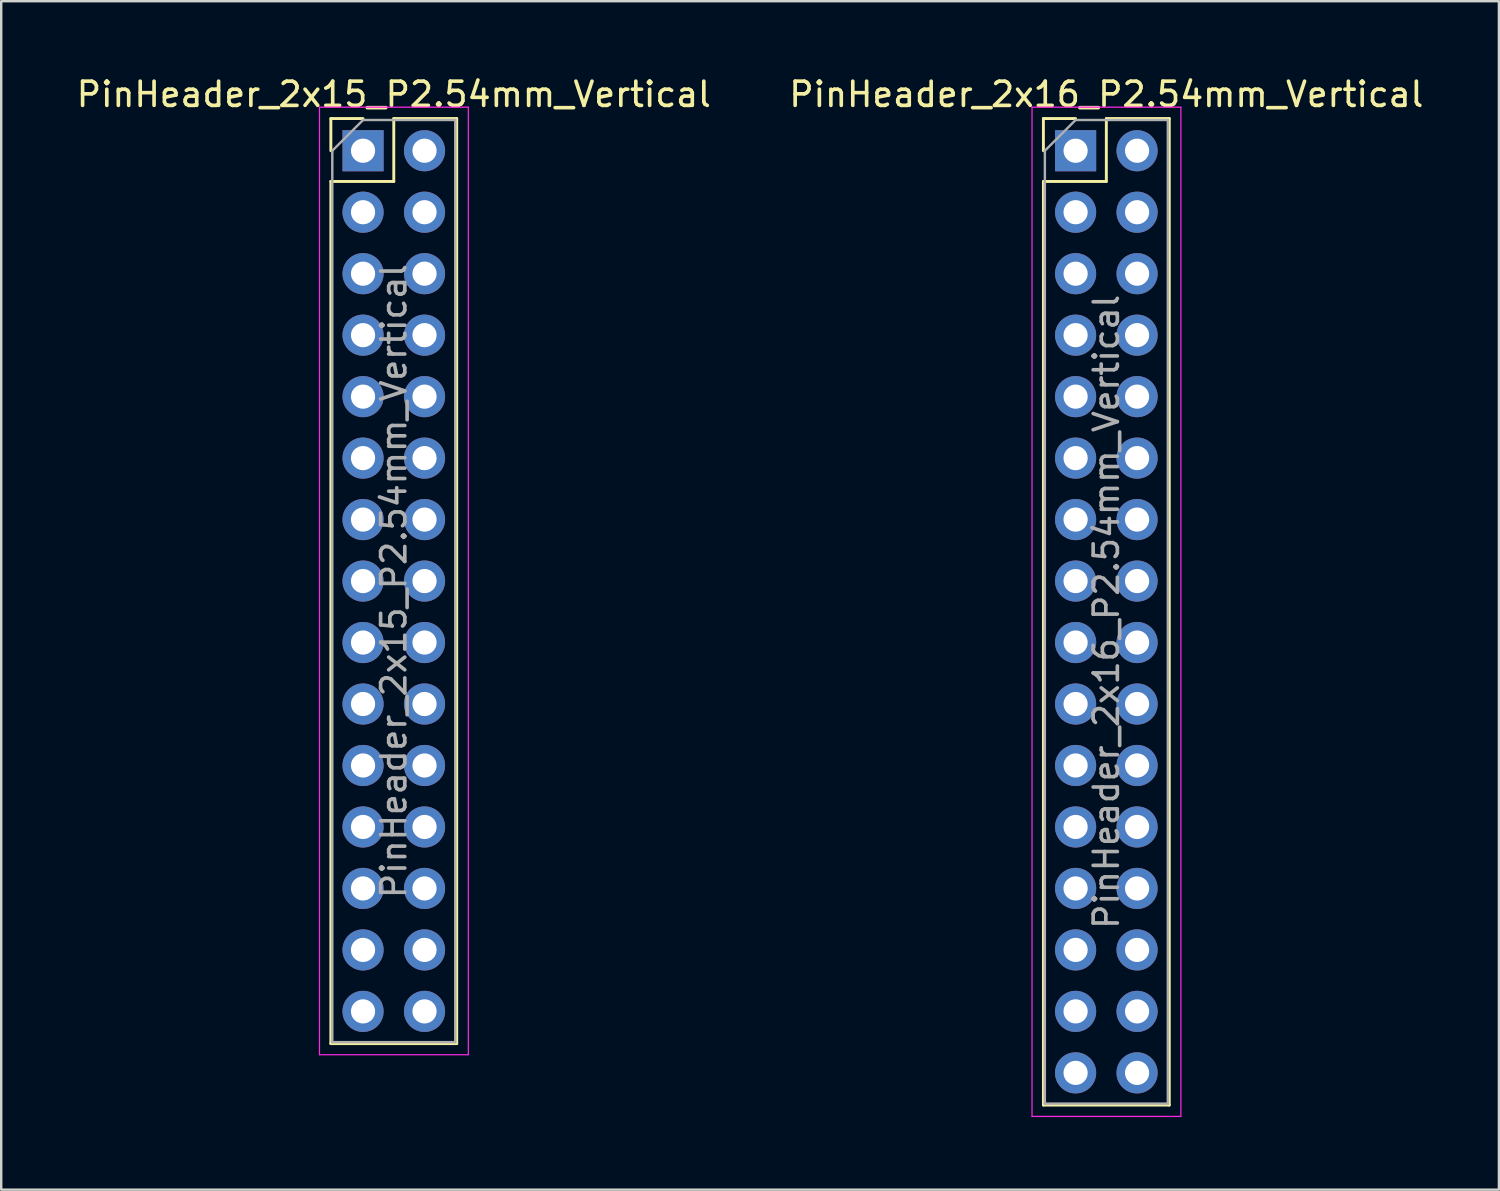
<source format=kicad_pcb>
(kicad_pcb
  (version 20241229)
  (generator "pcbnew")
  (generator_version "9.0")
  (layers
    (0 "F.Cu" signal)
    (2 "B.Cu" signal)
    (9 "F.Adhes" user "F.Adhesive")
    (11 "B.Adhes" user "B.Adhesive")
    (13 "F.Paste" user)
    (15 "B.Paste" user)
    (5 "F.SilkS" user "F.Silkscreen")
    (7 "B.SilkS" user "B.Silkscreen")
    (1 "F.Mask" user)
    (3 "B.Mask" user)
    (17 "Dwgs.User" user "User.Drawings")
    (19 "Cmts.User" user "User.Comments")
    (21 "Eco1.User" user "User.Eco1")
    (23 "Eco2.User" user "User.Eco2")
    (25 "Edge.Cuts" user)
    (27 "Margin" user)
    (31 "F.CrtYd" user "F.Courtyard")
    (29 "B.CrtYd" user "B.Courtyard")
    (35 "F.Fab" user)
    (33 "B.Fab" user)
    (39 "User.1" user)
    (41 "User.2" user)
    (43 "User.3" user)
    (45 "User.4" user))
  (footprint "PinHeader_2x16_P2.54mm_Vertical"
    (layer "F.Cu")
    (at 41.391 3.178)
    (property "Reference" "PinHeader_2x16_P2.54mm_Vertical" (at 1.27 -2.33 0) (layer "F.SilkS") (effects (font (size 1 1) (thickness 0.15))))
    (attr through_hole)
    (fp_line (start -1.33 -1.33) (end 0 -1.33) (stroke (width 0.12) (type solid)) (layer "F.SilkS"))
    (fp_line (start -1.33 0) (end -1.33 -1.33) (stroke (width 0.12) (type solid)) (layer "F.SilkS"))
    (fp_line (start -1.33 1.27) (end -1.33 39.43) (stroke (width 0.12) (type solid)) (layer "F.SilkS"))
    (fp_line (start -1.33 1.27) (end 1.27 1.27) (stroke (width 0.12) (type solid)) (layer "F.SilkS"))
    (fp_line (start -1.33 39.43) (end 3.87 39.43) (stroke (width 0.12) (type solid)) (layer "F.SilkS"))
    (fp_line (start 1.27 -1.33) (end 3.87 -1.33) (stroke (width 0.12) (type solid)) (layer "F.SilkS"))
    (fp_line (start 1.27 1.27) (end 1.27 -1.33) (stroke (width 0.12) (type solid)) (layer "F.SilkS"))
    (fp_line (start 3.87 -1.33) (end 3.87 39.43) (stroke (width 0.12) (type solid)) (layer "F.SilkS"))
    (fp_line (start -1.8 -1.8) (end -1.8 39.9) (stroke (width 0.05) (type solid)) (layer "F.CrtYd"))
    (fp_line (start -1.8 39.9) (end 4.35 39.9) (stroke (width 0.05) (type solid)) (layer "F.CrtYd"))
    (fp_line (start 4.35 -1.8) (end -1.8 -1.8) (stroke (width 0.05) (type solid)) (layer "F.CrtYd"))
    (fp_line (start 4.35 39.9) (end 4.35 -1.8) (stroke (width 0.05) (type solid)) (layer "F.CrtYd"))
    (fp_line (start -1.27 0) (end 0 -1.27) (stroke (width 0.1) (type solid)) (layer "F.Fab"))
    (fp_line (start -1.27 39.37) (end -1.27 0) (stroke (width 0.1) (type solid)) (layer "F.Fab"))
    (fp_line (start 0 -1.27) (end 3.81 -1.27) (stroke (width 0.1) (type solid)) (layer "F.Fab"))
    (fp_line (start 3.81 -1.27) (end 3.81 39.37) (stroke (width 0.1) (type solid)) (layer "F.Fab"))
    (fp_line (start 3.81 39.37) (end -1.27 39.37) (stroke (width 0.1) (type solid)) (layer "F.Fab"))
    (fp_text user "${REFERENCE}" (at 1.27 19.05 90) (layer "F.Fab") (effects (font (size 1 1) (thickness 0.15))))
    (pad "1" thru_hole rect (at 0 0) (size 1.7 1.7) (drill 1) (layers "*.Cu" "*.Mask"))
    (pad "2" thru_hole oval (at 2.54 0) (size 1.7 1.7) (drill 1) (layers "*.Cu" "*.Mask"))
    (pad "3" thru_hole oval (at 0 2.54) (size 1.7 1.7) (drill 1) (layers "*.Cu" "*.Mask"))
    (pad "4" thru_hole oval (at 2.54 2.54) (size 1.7 1.7) (drill 1) (layers "*.Cu" "*.Mask"))
    (pad "5" thru_hole oval (at 0 5.08) (size 1.7 1.7) (drill 1) (layers "*.Cu" "*.Mask"))
    (pad "6" thru_hole oval (at 2.54 5.08) (size 1.7 1.7) (drill 1) (layers "*.Cu" "*.Mask"))
    (pad "7" thru_hole oval (at 0 7.62) (size 1.7 1.7) (drill 1) (layers "*.Cu" "*.Mask"))
    (pad "8" thru_hole oval (at 2.54 7.62) (size 1.7 1.7) (drill 1) (layers "*.Cu" "*.Mask"))
    (pad "9" thru_hole oval (at 0 10.16) (size 1.7 1.7) (drill 1) (layers "*.Cu" "*.Mask"))
    (pad "10" thru_hole oval (at 2.54 10.16) (size 1.7 1.7) (drill 1) (layers "*.Cu" "*.Mask"))
    (pad "11" thru_hole oval (at 0 12.7) (size 1.7 1.7) (drill 1) (layers "*.Cu" "*.Mask"))
    (pad "12" thru_hole oval (at 2.54 12.7) (size 1.7 1.7) (drill 1) (layers "*.Cu" "*.Mask"))
    (pad "13" thru_hole oval (at 0 15.24) (size 1.7 1.7) (drill 1) (layers "*.Cu" "*.Mask"))
    (pad "14" thru_hole oval (at 2.54 15.24) (size 1.7 1.7) (drill 1) (layers "*.Cu" "*.Mask"))
    (pad "15" thru_hole oval (at 0 17.78) (size 1.7 1.7) (drill 1) (layers "*.Cu" "*.Mask"))
    (pad "16" thru_hole oval (at 2.54 17.78) (size 1.7 1.7) (drill 1) (layers "*.Cu" "*.Mask"))
    (pad "17" thru_hole oval (at 0 20.32) (size 1.7 1.7) (drill 1) (layers "*.Cu" "*.Mask"))
    (pad "18" thru_hole oval (at 2.54 20.32) (size 1.7 1.7) (drill 1) (layers "*.Cu" "*.Mask"))
    (pad "19" thru_hole oval (at 0 22.86) (size 1.7 1.7) (drill 1) (layers "*.Cu" "*.Mask"))
    (pad "20" thru_hole oval (at 2.54 22.86) (size 1.7 1.7) (drill 1) (layers "*.Cu" "*.Mask"))
    (pad "21" thru_hole oval (at 0 25.4) (size 1.7 1.7) (drill 1) (layers "*.Cu" "*.Mask"))
    (pad "22" thru_hole oval (at 2.54 25.4) (size 1.7 1.7) (drill 1) (layers "*.Cu" "*.Mask"))
    (pad "23" thru_hole oval (at 0 27.94) (size 1.7 1.7) (drill 1) (layers "*.Cu" "*.Mask"))
    (pad "24" thru_hole oval (at 2.54 27.94) (size 1.7 1.7) (drill 1) (layers "*.Cu" "*.Mask"))
    (pad "25" thru_hole oval (at 0 30.48) (size 1.7 1.7) (drill 1) (layers "*.Cu" "*.Mask"))
    (pad "26" thru_hole oval (at 2.54 30.48) (size 1.7 1.7) (drill 1) (layers "*.Cu" "*.Mask"))
    (pad "27" thru_hole oval (at 0 33.02) (size 1.7 1.7) (drill 1) (layers "*.Cu" "*.Mask"))
    (pad "28" thru_hole oval (at 2.54 33.02) (size 1.7 1.7) (drill 1) (layers "*.Cu" "*.Mask"))
    (pad "29" thru_hole oval (at 0 35.56) (size 1.7 1.7) (drill 1) (layers "*.Cu" "*.Mask"))
    (pad "30" thru_hole oval (at 2.54 35.56) (size 1.7 1.7) (drill 1) (layers "*.Cu" "*.Mask"))
    (pad "31" thru_hole oval (at 0 38.1) (size 1.7 1.7) (drill 1) (layers "*.Cu" "*.Mask"))
    (pad "32" thru_hole oval (at 2.54 38.1) (size 1.7 1.7) (drill 1) (layers "*.Cu" "*.Mask")))
  (footprint "PinHeader_2x15_P2.54mm_Vertical"
    (layer "F.Cu")
    (at 11.95 3.178)
    (property "Reference" "PinHeader_2x15_P2.54mm_Vertical" (at 1.27 -2.33 0) (layer "F.SilkS") (effects (font (size 1 1) (thickness 0.15))))
    (attr through_hole)
    (fp_line (start -1.33 -1.33) (end 0 -1.33) (stroke (width 0.12) (type solid)) (layer "F.SilkS"))
    (fp_line (start -1.33 0) (end -1.33 -1.33) (stroke (width 0.12) (type solid)) (layer "F.SilkS"))
    (fp_line (start -1.33 1.27) (end -1.33 36.89) (stroke (width 0.12) (type solid)) (layer "F.SilkS"))
    (fp_line (start -1.33 1.27) (end 1.27 1.27) (stroke (width 0.12) (type solid)) (layer "F.SilkS"))
    (fp_line (start -1.33 36.89) (end 3.87 36.89) (stroke (width 0.12) (type solid)) (layer "F.SilkS"))
    (fp_line (start 1.27 -1.33) (end 3.87 -1.33) (stroke (width 0.12) (type solid)) (layer "F.SilkS"))
    (fp_line (start 1.27 1.27) (end 1.27 -1.33) (stroke (width 0.12) (type solid)) (layer "F.SilkS"))
    (fp_line (start 3.87 -1.33) (end 3.87 36.89) (stroke (width 0.12) (type solid)) (layer "F.SilkS"))
    (fp_line (start -1.8 -1.8) (end -1.8 37.35) (stroke (width 0.05) (type solid)) (layer "F.CrtYd"))
    (fp_line (start -1.8 37.35) (end 4.35 37.35) (stroke (width 0.05) (type solid)) (layer "F.CrtYd"))
    (fp_line (start 4.35 -1.8) (end -1.8 -1.8) (stroke (width 0.05) (type solid)) (layer "F.CrtYd"))
    (fp_line (start 4.35 37.35) (end 4.35 -1.8) (stroke (width 0.05) (type solid)) (layer "F.CrtYd"))
    (fp_line (start -1.27 0) (end 0 -1.27) (stroke (width 0.1) (type solid)) (layer "F.Fab"))
    (fp_line (start -1.27 36.83) (end -1.27 0) (stroke (width 0.1) (type solid)) (layer "F.Fab"))
    (fp_line (start 0 -1.27) (end 3.81 -1.27) (stroke (width 0.1) (type solid)) (layer "F.Fab"))
    (fp_line (start 3.81 -1.27) (end 3.81 36.83) (stroke (width 0.1) (type solid)) (layer "F.Fab"))
    (fp_line (start 3.81 36.83) (end -1.27 36.83) (stroke (width 0.1) (type solid)) (layer "F.Fab"))
    (fp_text user "${REFERENCE}" (at 1.27 17.78 90) (layer "F.Fab") (effects (font (size 1 1) (thickness 0.15))))
    (pad "1" thru_hole rect (at 0 0) (size 1.7 1.7) (drill 1) (layers "*.Cu" "*.Mask"))
    (pad "2" thru_hole oval (at 2.54 0) (size 1.7 1.7) (drill 1) (layers "*.Cu" "*.Mask"))
    (pad "3" thru_hole oval (at 0 2.54) (size 1.7 1.7) (drill 1) (layers "*.Cu" "*.Mask"))
    (pad "4" thru_hole oval (at 2.54 2.54) (size 1.7 1.7) (drill 1) (layers "*.Cu" "*.Mask"))
    (pad "5" thru_hole oval (at 0 5.08) (size 1.7 1.7) (drill 1) (layers "*.Cu" "*.Mask"))
    (pad "6" thru_hole oval (at 2.54 5.08) (size 1.7 1.7) (drill 1) (layers "*.Cu" "*.Mask"))
    (pad "7" thru_hole oval (at 0 7.62) (size 1.7 1.7) (drill 1) (layers "*.Cu" "*.Mask"))
    (pad "8" thru_hole oval (at 2.54 7.62) (size 1.7 1.7) (drill 1) (layers "*.Cu" "*.Mask"))
    (pad "9" thru_hole oval (at 0 10.16) (size 1.7 1.7) (drill 1) (layers "*.Cu" "*.Mask"))
    (pad "10" thru_hole oval (at 2.54 10.16) (size 1.7 1.7) (drill 1) (layers "*.Cu" "*.Mask"))
    (pad "11" thru_hole oval (at 0 12.7) (size 1.7 1.7) (drill 1) (layers "*.Cu" "*.Mask"))
    (pad "12" thru_hole oval (at 2.54 12.7) (size 1.7 1.7) (drill 1) (layers "*.Cu" "*.Mask"))
    (pad "13" thru_hole oval (at 0 15.24) (size 1.7 1.7) (drill 1) (layers "*.Cu" "*.Mask"))
    (pad "14" thru_hole oval (at 2.54 15.24) (size 1.7 1.7) (drill 1) (layers "*.Cu" "*.Mask"))
    (pad "15" thru_hole oval (at 0 17.78) (size 1.7 1.7) (drill 1) (layers "*.Cu" "*.Mask"))
    (pad "16" thru_hole oval (at 2.54 17.78) (size 1.7 1.7) (drill 1) (layers "*.Cu" "*.Mask"))
    (pad "17" thru_hole oval (at 0 20.32) (size 1.7 1.7) (drill 1) (layers "*.Cu" "*.Mask"))
    (pad "18" thru_hole oval (at 2.54 20.32) (size 1.7 1.7) (drill 1) (layers "*.Cu" "*.Mask"))
    (pad "19" thru_hole oval (at 0 22.86) (size 1.7 1.7) (drill 1) (layers "*.Cu" "*.Mask"))
    (pad "20" thru_hole oval (at 2.54 22.86) (size 1.7 1.7) (drill 1) (layers "*.Cu" "*.Mask"))
    (pad "21" thru_hole oval (at 0 25.4) (size 1.7 1.7) (drill 1) (layers "*.Cu" "*.Mask"))
    (pad "22" thru_hole oval (at 2.54 25.4) (size 1.7 1.7) (drill 1) (layers "*.Cu" "*.Mask"))
    (pad "23" thru_hole oval (at 0 27.94) (size 1.7 1.7) (drill 1) (layers "*.Cu" "*.Mask"))
    (pad "24" thru_hole oval (at 2.54 27.94) (size 1.7 1.7) (drill 1) (layers "*.Cu" "*.Mask"))
    (pad "25" thru_hole oval (at 0 30.48) (size 1.7 1.7) (drill 1) (layers "*.Cu" "*.Mask"))
    (pad "26" thru_hole oval (at 2.54 30.48) (size 1.7 1.7) (drill 1) (layers "*.Cu" "*.Mask"))
    (pad "27" thru_hole oval (at 0 33.02) (size 1.7 1.7) (drill 1) (layers "*.Cu" "*.Mask"))
    (pad "28" thru_hole oval (at 2.54 33.02) (size 1.7 1.7) (drill 1) (layers "*.Cu" "*.Mask"))
    (pad "29" thru_hole oval (at 0 35.56) (size 1.7 1.7) (drill 1) (layers "*.Cu" "*.Mask"))
    (pad "30" thru_hole oval (at 2.54 35.56) (size 1.7 1.7) (drill 1) (layers "*.Cu" "*.Mask")))
  (gr_rect
    (start -3 -3)
    (end 58.881 46.103)
    (stroke (width 0.1) (type default))
    (fill no)
    (layer "Edge.Cuts")))
</source>
